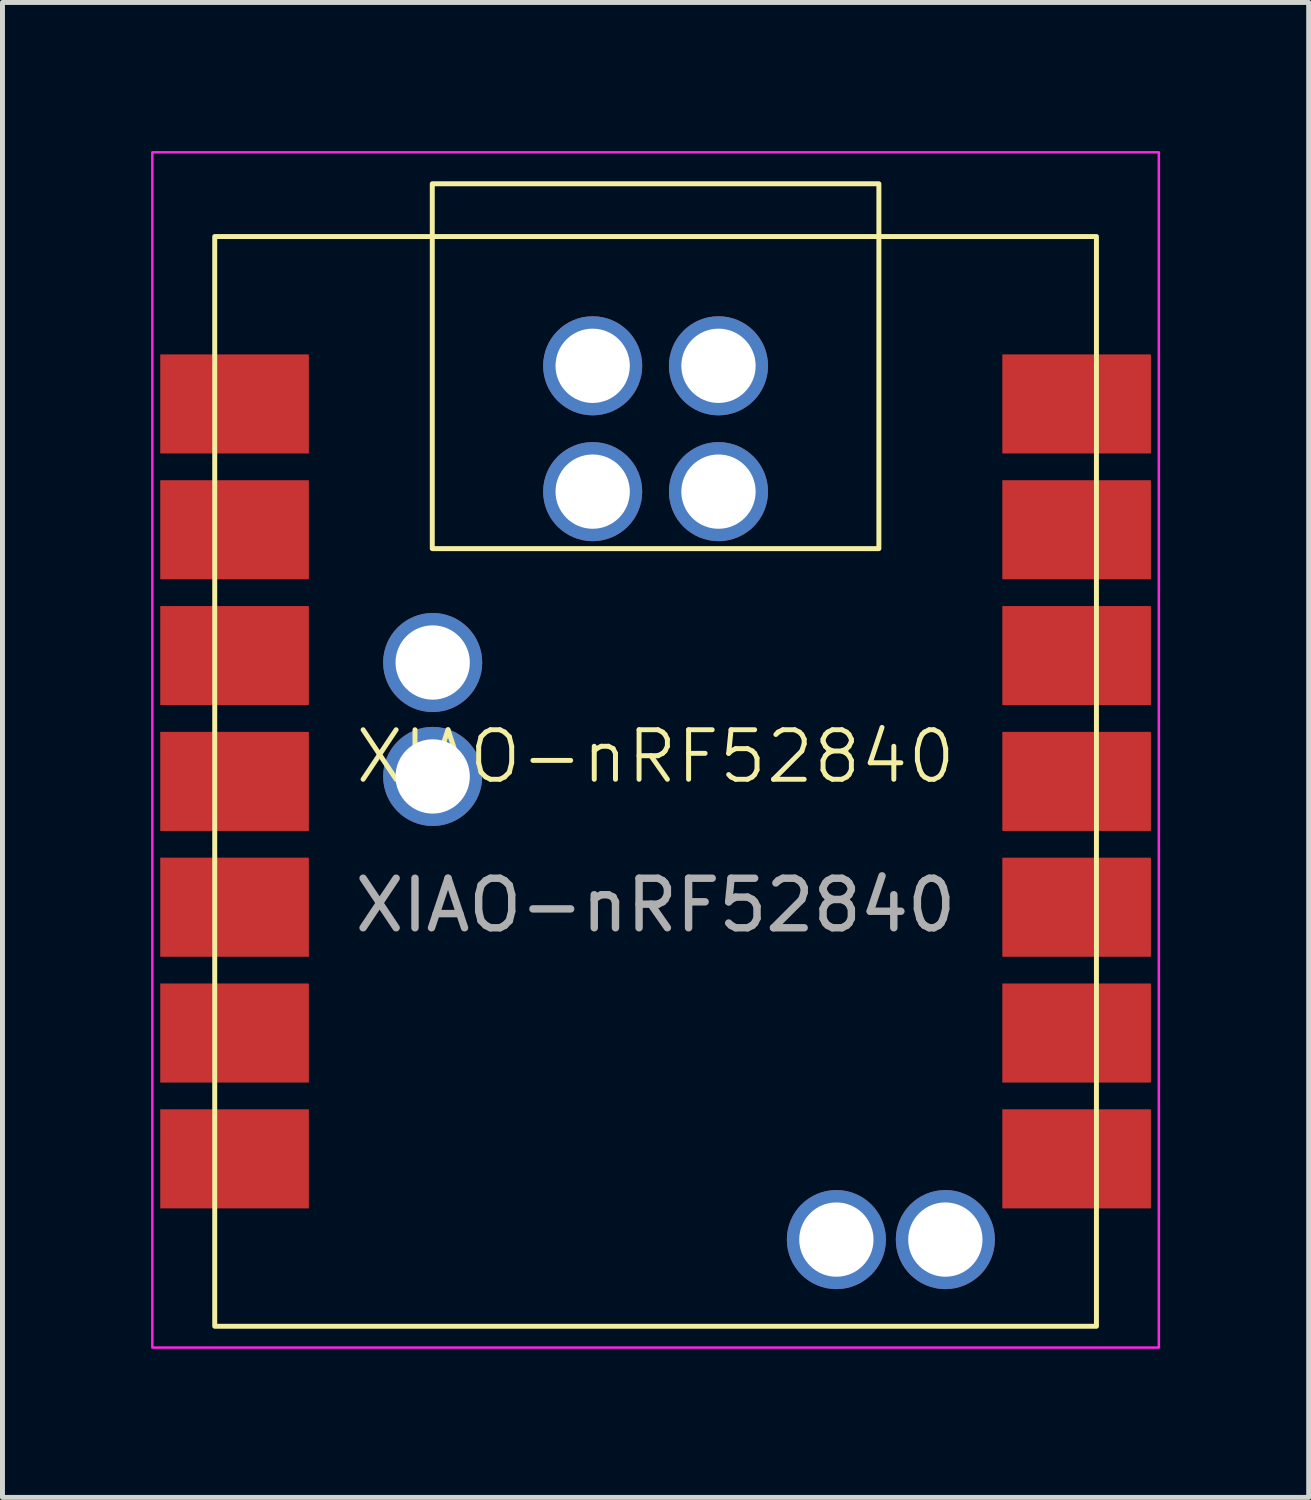
<source format=kicad_pcb>
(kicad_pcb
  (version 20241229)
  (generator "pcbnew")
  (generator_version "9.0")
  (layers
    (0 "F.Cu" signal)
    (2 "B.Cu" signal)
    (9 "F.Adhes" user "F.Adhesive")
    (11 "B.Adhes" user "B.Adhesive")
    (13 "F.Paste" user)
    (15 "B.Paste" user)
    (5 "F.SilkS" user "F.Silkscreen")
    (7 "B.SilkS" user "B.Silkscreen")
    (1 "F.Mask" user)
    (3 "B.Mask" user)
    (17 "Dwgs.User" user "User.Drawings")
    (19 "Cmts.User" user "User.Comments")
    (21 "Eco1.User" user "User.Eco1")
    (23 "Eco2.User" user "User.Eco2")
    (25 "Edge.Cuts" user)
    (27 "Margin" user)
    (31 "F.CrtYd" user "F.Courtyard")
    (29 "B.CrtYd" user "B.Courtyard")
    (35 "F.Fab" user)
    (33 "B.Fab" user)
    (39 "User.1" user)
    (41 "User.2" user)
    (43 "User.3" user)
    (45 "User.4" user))
  (footprint "XIAO-nRF52840"
    (layer "F.Cu")
    (at 10.185 12.725)
    (property "Reference" "XIAO-nRF52840" (at 0 -0.5 0) (unlocked yes) (layer "F.SilkS") (effects (font (size 1 1) (thickness 0.1))))
    (attr smd)
    (fp_rect (start -8.9 -11) (end 8.9 11) (stroke (width 0.1) (type default)) (fill no) (layer "F.SilkS"))
    (fp_rect (start -4.508 -12.065) (end 4.508 -4.699) (stroke (width 0.1) (type default)) (fill no) (layer "F.SilkS"))
    (fp_rect (start -10.16 -12.7) (end 10.16 11.43) (stroke (width 0.05) (type default)) (fill no) (layer "F.CrtYd"))
    (fp_text user "${REFERENCE}" (at 0 2.5 0) (unlocked yes) (layer "F.Fab") (effects (font (size 1 1) (thickness 0.15))))
    (pad "1" smd rect (at -8.5 -7.62) (size 3 2) (layers "F.Cu" "F.Mask" "F.Paste"))
    (pad "2" smd rect (at -8.5 -5.08) (size 3 2) (layers "F.Cu" "F.Mask" "F.Paste"))
    (pad "3" smd rect (at -8.5 -2.54) (size 3 2) (layers "F.Cu" "F.Mask" "F.Paste"))
    (pad "4" smd rect (at -8.5 0) (size 3 2) (layers "F.Cu" "F.Mask" "F.Paste"))
    (pad "5" smd rect (at -8.5 2.54) (size 3 2) (layers "F.Cu" "F.Mask" "F.Paste"))
    (pad "6" smd rect (at -8.5 5.08) (size 3 2) (layers "F.Cu" "F.Mask" "F.Paste"))
    (pad "7" smd rect (at -8.5 7.62) (size 3 2) (layers "F.Cu" "F.Mask" "F.Paste"))
    (pad "8" smd rect (at 8.5 7.62) (size 3 2) (layers "F.Cu" "F.Mask" "F.Paste"))
    (pad "9" smd rect (at 8.5 5.08) (size 3 2) (layers "F.Cu" "F.Mask" "F.Paste"))
    (pad "10" smd rect (at 8.5 2.54) (size 3 2) (layers "F.Cu" "F.Mask" "F.Paste"))
    (pad "11" smd rect (at 8.5 0) (size 3 2) (layers "F.Cu" "F.Mask" "F.Paste"))
    (pad "12" smd rect (at 8.5 -2.54) (size 3 2) (layers "F.Cu" "F.Mask" "F.Paste"))
    (pad "13" smd rect (at 8.5 -5.08) (size 3 2) (layers "F.Cu" "F.Mask" "F.Paste"))
    (pad "14" smd rect (at 8.5 -7.62) (size 3 2) (layers "F.Cu" "F.Mask" "F.Paste"))
    (pad "15" thru_hole circle (at -4.5 -2.4) (size 2 2) (drill 1.5) (layers "*.Cu" "*.Mask"))
    (pad "16" thru_hole circle (at -4.5 -0.1) (size 2 2) (drill 1.5) (layers "*.Cu" "*.Mask"))
    (pad "17" thru_hole circle (at -1.27 -8.39) (size 2 2) (drill 1.5) (layers "*.Cu" "*.Mask"))
    (pad "18" thru_hole circle (at 1.27 -8.39) (size 2 2) (drill 1.5) (layers "*.Cu" "*.Mask"))
    (pad "19" thru_hole circle (at 1.27 -5.85) (size 2 2) (drill 1.5) (layers "*.Cu" "*.Mask"))
    (pad "20" thru_hole circle (at -1.27 -5.85) (size 2 2) (drill 1.5) (layers "*.Cu" "*.Mask"))
    (pad "21" thru_hole circle (at 3.65 9.25) (size 2 2) (drill 1.5) (layers "*.Cu" "*.Mask"))
    (pad "22" thru_hole circle (at 5.85 9.25) (size 2 2) (drill 1.5) (layers "*.Cu" "*.Mask")))
  (gr_rect
    (start -3 -3)
    (end 23.37 27.18)
    (stroke (width 0.1) (type default))
    (fill no)
    (layer "Edge.Cuts")))
</source>
